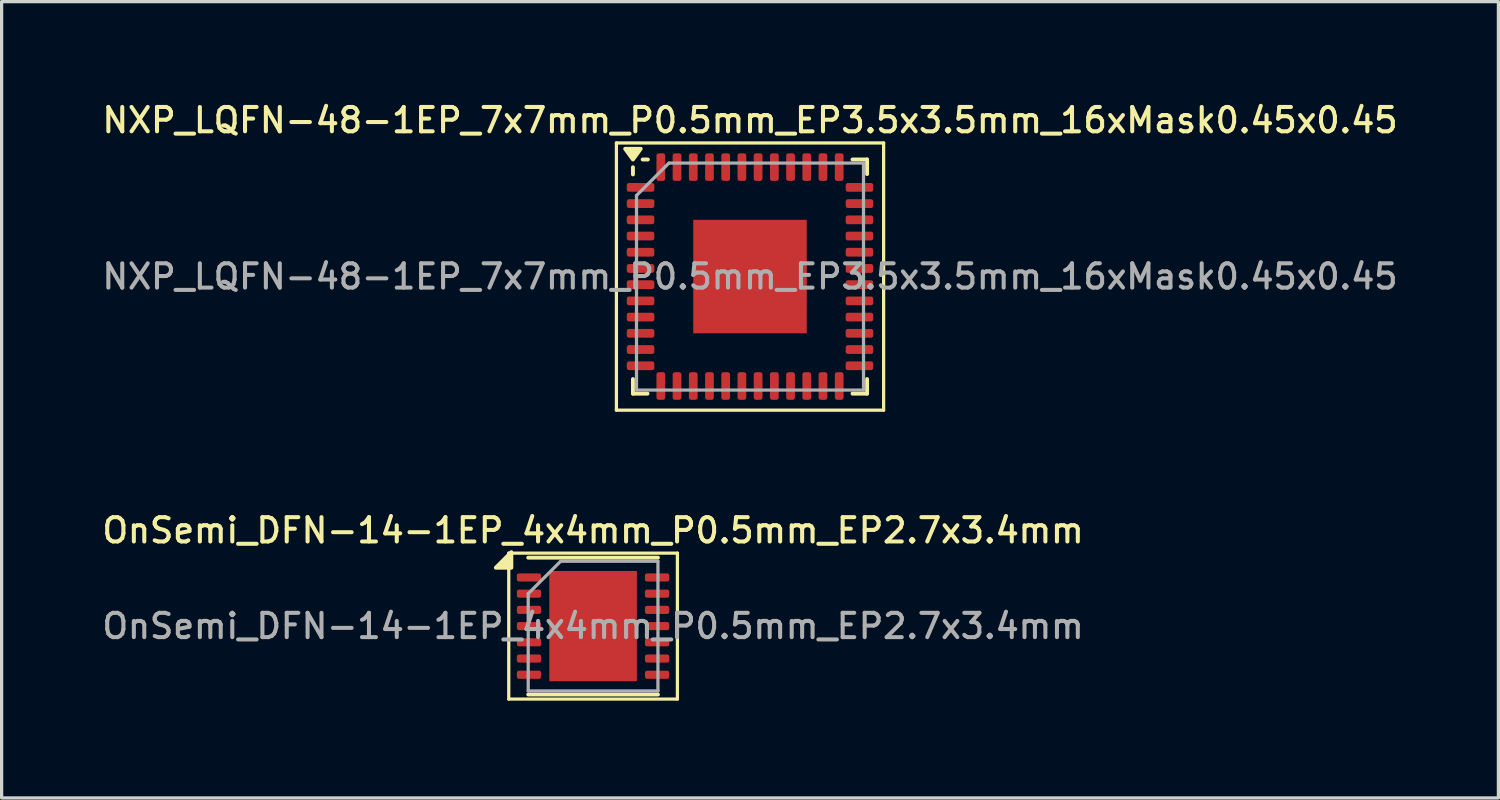
<source format=kicad_pcb>
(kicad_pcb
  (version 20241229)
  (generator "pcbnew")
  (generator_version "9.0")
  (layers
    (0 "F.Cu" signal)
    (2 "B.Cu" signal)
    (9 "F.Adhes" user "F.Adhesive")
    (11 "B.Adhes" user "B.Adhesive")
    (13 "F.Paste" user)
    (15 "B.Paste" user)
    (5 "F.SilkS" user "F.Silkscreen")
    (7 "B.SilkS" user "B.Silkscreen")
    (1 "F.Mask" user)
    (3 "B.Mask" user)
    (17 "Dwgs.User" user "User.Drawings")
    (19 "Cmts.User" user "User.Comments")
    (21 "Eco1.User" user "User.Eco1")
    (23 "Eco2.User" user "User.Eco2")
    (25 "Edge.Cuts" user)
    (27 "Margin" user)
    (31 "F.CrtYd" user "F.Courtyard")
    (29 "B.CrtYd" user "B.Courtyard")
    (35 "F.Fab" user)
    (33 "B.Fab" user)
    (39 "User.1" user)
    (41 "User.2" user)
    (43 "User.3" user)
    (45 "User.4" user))
  (footprint "OnSemi_DFN-14-1EP_4x4mm_P0.5mm_EP2.7x3.4mm"
    (layer "F.Cu")
    (at 15.238 16.256)
    (property "Reference" "OnSemi_DFN-14-1EP_4x4mm_P0.5mm_EP2.7x3.4mm" (at 0 -2.95 0) (layer "F.SilkS") (effects (font (size 0.75 0.75) (thickness 0.125))))
    (attr smd)
    (fp_line (start -2.6 -2.25) (end -2.6 2.25) (stroke (width 0.1) (type solid)) (layer "F.SilkS"))
    (fp_line (start -2.6 2.25) (end 2.6 2.25) (stroke (width 0.1) (type solid)) (layer "F.SilkS"))
    (fp_line (start -2 -2.11) (end 2 -2.11) (stroke (width 0.12) (type solid)) (layer "F.SilkS"))
    (fp_line (start -2 2.11) (end 2 2.11) (stroke (width 0.12) (type solid)) (layer "F.SilkS"))
    (fp_line (start 2.6 -2.25) (end -2.6 -2.25) (stroke (width 0.1) (type solid)) (layer "F.SilkS"))
    (fp_line (start 2.6 2.25) (end 2.6 -2.25) (stroke (width 0.1) (type solid)) (layer "F.SilkS"))
    (fp_poly (pts (xy -2.52 -1.8) (xy -3 -1.8) (xy -2.52 -2.28) (xy -2.52 -1.8)) (stroke (width 0.12) (type solid)) (fill yes) (layer "F.SilkS"))
    (fp_line (start -2 -1) (end -1 -2) (stroke (width 0.1) (type solid)) (layer "F.Fab"))
    (fp_line (start -2 2) (end -2 -1) (stroke (width 0.1) (type solid)) (layer "F.Fab"))
    (fp_line (start -1 -2) (end 2 -2) (stroke (width 0.1) (type solid)) (layer "F.Fab"))
    (fp_line (start 2 -2) (end 2 2) (stroke (width 0.1) (type solid)) (layer "F.Fab"))
    (fp_line (start 2 2) (end -2 2) (stroke (width 0.1) (type solid)) (layer "F.Fab"))
    (fp_text user "${REFERENCE}" (at 0 0 0) (layer "F.Fab") (effects (font (size 0.75 0.75) (thickness 0.125))))
    (pad "" smd roundrect (at -0.9 -1.13) (size 0.73 0.91) (layers "F.Paste") (roundrect_rratio 0.25))
    (pad "" smd roundrect (at -0.9 0) (size 0.73 0.91) (layers "F.Paste") (roundrect_rratio 0.25))
    (pad "" smd roundrect (at -0.9 1.13) (size 0.73 0.91) (layers "F.Paste") (roundrect_rratio 0.25))
    (pad "" smd roundrect (at 0 -1.13) (size 0.73 0.91) (layers "F.Paste") (roundrect_rratio 0.25))
    (pad "" smd roundrect (at 0 0) (size 0.73 0.91) (layers "F.Paste") (roundrect_rratio 0.25))
    (pad "" smd roundrect (at 0 1.13) (size 0.73 0.91) (layers "F.Paste") (roundrect_rratio 0.25))
    (pad "" smd roundrect (at 0.9 -1.13) (size 0.73 0.91) (layers "F.Paste") (roundrect_rratio 0.25))
    (pad "" smd roundrect (at 0.9 0) (size 0.73 0.91) (layers "F.Paste") (roundrect_rratio 0.25))
    (pad "" smd roundrect (at 0.9 1.13) (size 0.73 0.91) (layers "F.Paste") (roundrect_rratio 0.25))
    (pad "1" smd roundrect (at -1.975 -1.5) (size 0.75 0.25) (layers "F.Cu" "F.Mask" "F.Paste") (roundrect_rratio 0.25))
    (pad "2" smd roundrect (at -1.975 -1) (size 0.75 0.25) (layers "F.Cu" "F.Mask" "F.Paste") (roundrect_rratio 0.25))
    (pad "3" smd roundrect (at -1.975 -0.5) (size 0.75 0.25) (layers "F.Cu" "F.Mask" "F.Paste") (roundrect_rratio 0.25))
    (pad "4" smd roundrect (at -1.975 0) (size 0.75 0.25) (layers "F.Cu" "F.Mask" "F.Paste") (roundrect_rratio 0.25))
    (pad "5" smd roundrect (at -1.975 0.5) (size 0.75 0.25) (layers "F.Cu" "F.Mask" "F.Paste") (roundrect_rratio 0.25))
    (pad "6" smd roundrect (at -1.975 1) (size 0.75 0.25) (layers "F.Cu" "F.Mask" "F.Paste") (roundrect_rratio 0.25))
    (pad "7" smd roundrect (at -1.975 1.5) (size 0.75 0.25) (layers "F.Cu" "F.Mask" "F.Paste") (roundrect_rratio 0.25))
    (pad "8" smd roundrect (at 1.975 1.5) (size 0.75 0.25) (layers "F.Cu" "F.Mask" "F.Paste") (roundrect_rratio 0.25))
    (pad "9" smd roundrect (at 1.975 1) (size 0.75 0.25) (layers "F.Cu" "F.Mask" "F.Paste") (roundrect_rratio 0.25))
    (pad "10" smd roundrect (at 1.975 0.5) (size 0.75 0.25) (layers "F.Cu" "F.Mask" "F.Paste") (roundrect_rratio 0.25))
    (pad "11" smd roundrect (at 1.975 0) (size 0.75 0.25) (layers "F.Cu" "F.Mask" "F.Paste") (roundrect_rratio 0.25))
    (pad "12" smd roundrect (at 1.975 -0.5) (size 0.75 0.25) (layers "F.Cu" "F.Mask" "F.Paste") (roundrect_rratio 0.25))
    (pad "13" smd roundrect (at 1.975 -1) (size 0.75 0.25) (layers "F.Cu" "F.Mask" "F.Paste") (roundrect_rratio 0.25))
    (pad "14" smd roundrect (at 1.975 -1.5) (size 0.75 0.25) (layers "F.Cu" "F.Mask" "F.Paste") (roundrect_rratio 0.25))
    (pad "15" smd rect (at 0 0) (size 2.7 3.4) (property pad_prop_heatsink) (layers "F.Cu" "F.Mask")))
  (footprint "NXP_LQFN-48-1EP_7x7mm_P0.5mm_EP3.5x3.5mm_16xMask0.45x0.45"
    (layer "F.Cu")
    (at 20.077 5.478)
    (property "Reference" "NXP_LQFN-48-1EP_7x7mm_P0.5mm_EP3.5x3.5mm_16xMask0.45x0.45" (at 0 -4.82 0) (layer "F.SilkS") (effects (font (size 0.75 0.75) (thickness 0.125))))
    (attr smd)
    (fp_line (start -4.12 -4.12) (end -4.12 4.12) (stroke (width 0.1) (type solid)) (layer "F.SilkS"))
    (fp_line (start -4.12 4.12) (end 4.12 4.12) (stroke (width 0.1) (type solid)) (layer "F.SilkS"))
    (fp_line (start -3.61 -3.37) (end -3.61 -3.15) (stroke (width 0.12) (type solid)) (layer "F.SilkS"))
    (fp_line (start -3.61 3.61) (end -3.61 3.16) (stroke (width 0.12) (type solid)) (layer "F.SilkS"))
    (fp_line (start -3.16 3.61) (end -3.61 3.61) (stroke (width 0.12) (type solid)) (layer "F.SilkS"))
    (fp_line (start -3.15 -3.61) (end -3.31 -3.61) (stroke (width 0.12) (type solid)) (layer "F.SilkS"))
    (fp_line (start 3.16 -3.61) (end 3.61 -3.61) (stroke (width 0.12) (type solid)) (layer "F.SilkS"))
    (fp_line (start 3.16 3.61) (end 3.61 3.61) (stroke (width 0.12) (type solid)) (layer "F.SilkS"))
    (fp_line (start 3.61 -3.61) (end 3.61 -3.16) (stroke (width 0.12) (type solid)) (layer "F.SilkS"))
    (fp_line (start 3.61 3.61) (end 3.61 3.16) (stroke (width 0.12) (type solid)) (layer "F.SilkS"))
    (fp_line (start 4.12 -4.12) (end -4.12 -4.12) (stroke (width 0.1) (type solid)) (layer "F.SilkS"))
    (fp_line (start 4.12 4.12) (end 4.12 -4.12) (stroke (width 0.1) (type solid)) (layer "F.SilkS"))
    (fp_poly (pts (xy -3.61 -3.61) (xy -3.85 -3.94) (xy -3.37 -3.94) (xy -3.61 -3.61)) (stroke (width 0.12) (type solid)) (fill yes) (layer "F.SilkS"))
    (fp_line (start -3.5 -2.5) (end -2.5 -3.5) (stroke (width 0.1) (type solid)) (layer "F.Fab"))
    (fp_line (start -3.5 3.5) (end -3.5 -2.5) (stroke (width 0.1) (type solid)) (layer "F.Fab"))
    (fp_line (start -2.5 -3.5) (end 3.5 -3.5) (stroke (width 0.1) (type solid)) (layer "F.Fab"))
    (fp_line (start 3.5 -3.5) (end 3.5 3.5) (stroke (width 0.1) (type solid)) (layer "F.Fab"))
    (fp_line (start 3.5 3.5) (end -3.5 3.5) (stroke (width 0.1) (type solid)) (layer "F.Fab"))
    (fp_text user "${REFERENCE}" (at 0 0 0) (layer "F.Fab") (effects (font (size 0.75 0.75) (thickness 0.125))))
    (pad "" smd rect (at -1.5 -1.5) (size 0.45 0.45) (layers "F.Mask" "F.Paste"))
    (pad "" smd rect (at -1.5 -0.5) (size 0.45 0.45) (layers "F.Mask" "F.Paste"))
    (pad "" smd rect (at -1.5 0.5) (size 0.45 0.45) (layers "F.Mask" "F.Paste"))
    (pad "" smd rect (at -1.5 1.5) (size 0.45 0.45) (layers "F.Mask" "F.Paste"))
    (pad "" smd rect (at -0.5 -1.5) (size 0.45 0.45) (layers "F.Mask" "F.Paste"))
    (pad "" smd rect (at -0.5 -0.5) (size 0.45 0.45) (layers "F.Mask" "F.Paste"))
    (pad "" smd rect (at -0.5 0.5) (size 0.45 0.45) (layers "F.Mask" "F.Paste"))
    (pad "" smd rect (at -0.5 1.5) (size 0.45 0.45) (layers "F.Mask" "F.Paste"))
    (pad "" smd rect (at 0.5 -1.5) (size 0.45 0.45) (layers "F.Mask" "F.Paste"))
    (pad "" smd rect (at 0.5 -0.5) (size 0.45 0.45) (layers "F.Mask" "F.Paste"))
    (pad "" smd rect (at 0.5 0.5) (size 0.45 0.45) (layers "F.Mask" "F.Paste"))
    (pad "" smd rect (at 0.5 1.5) (size 0.45 0.45) (layers "F.Mask" "F.Paste"))
    (pad "" smd rect (at 1.5 -1.5) (size 0.45 0.45) (layers "F.Mask" "F.Paste"))
    (pad "" smd rect (at 1.5 -0.5) (size 0.45 0.45) (layers "F.Mask" "F.Paste"))
    (pad "" smd rect (at 1.5 0.5) (size 0.45 0.45) (layers "F.Mask" "F.Paste"))
    (pad "" smd rect (at 1.5 1.5) (size 0.45 0.45) (layers "F.Mask" "F.Paste"))
    (pad "1" smd roundrect (at -3.375 -2.75) (size 0.85 0.27) (layers "F.Cu" "F.Mask" "F.Paste") (roundrect_rratio 0.25))
    (pad "2" smd roundrect (at -3.375 -2.25) (size 0.85 0.27) (layers "F.Cu" "F.Mask" "F.Paste") (roundrect_rratio 0.25))
    (pad "3" smd roundrect (at -3.375 -1.75) (size 0.85 0.27) (layers "F.Cu" "F.Mask" "F.Paste") (roundrect_rratio 0.25))
    (pad "4" smd roundrect (at -3.375 -1.25) (size 0.85 0.27) (layers "F.Cu" "F.Mask" "F.Paste") (roundrect_rratio 0.25))
    (pad "5" smd roundrect (at -3.375 -0.75) (size 0.85 0.27) (layers "F.Cu" "F.Mask" "F.Paste") (roundrect_rratio 0.25))
    (pad "6" smd roundrect (at -3.375 -0.25) (size 0.85 0.27) (layers "F.Cu" "F.Mask" "F.Paste") (roundrect_rratio 0.25))
    (pad "7" smd roundrect (at -3.375 0.25) (size 0.85 0.27) (layers "F.Cu" "F.Mask" "F.Paste") (roundrect_rratio 0.25))
    (pad "8" smd roundrect (at -3.375 0.75) (size 0.85 0.27) (layers "F.Cu" "F.Mask" "F.Paste") (roundrect_rratio 0.25))
    (pad "9" smd roundrect (at -3.375 1.25) (size 0.85 0.27) (layers "F.Cu" "F.Mask" "F.Paste") (roundrect_rratio 0.25))
    (pad "10" smd roundrect (at -3.375 1.75) (size 0.85 0.27) (layers "F.Cu" "F.Mask" "F.Paste") (roundrect_rratio 0.25))
    (pad "11" smd roundrect (at -3.375 2.25) (size 0.85 0.27) (layers "F.Cu" "F.Mask" "F.Paste") (roundrect_rratio 0.25))
    (pad "12" smd roundrect (at -3.375 2.75) (size 0.85 0.27) (layers "F.Cu" "F.Mask" "F.Paste") (roundrect_rratio 0.25))
    (pad "13" smd roundrect (at -2.75 3.375) (size 0.27 0.85) (layers "F.Cu" "F.Mask" "F.Paste") (roundrect_rratio 0.25))
    (pad "14" smd roundrect (at -2.25 3.375) (size 0.27 0.85) (layers "F.Cu" "F.Mask" "F.Paste") (roundrect_rratio 0.25))
    (pad "15" smd roundrect (at -1.75 3.375) (size 0.27 0.85) (layers "F.Cu" "F.Mask" "F.Paste") (roundrect_rratio 0.25))
    (pad "16" smd roundrect (at -1.25 3.375) (size 0.27 0.85) (layers "F.Cu" "F.Mask" "F.Paste") (roundrect_rratio 0.25))
    (pad "17" smd roundrect (at -0.75 3.375) (size 0.27 0.85) (layers "F.Cu" "F.Mask" "F.Paste") (roundrect_rratio 0.25))
    (pad "18" smd roundrect (at -0.25 3.375) (size 0.27 0.85) (layers "F.Cu" "F.Mask" "F.Paste") (roundrect_rratio 0.25))
    (pad "19" smd roundrect (at 0.25 3.375) (size 0.27 0.85) (layers "F.Cu" "F.Mask" "F.Paste") (roundrect_rratio 0.25))
    (pad "20" smd roundrect (at 0.75 3.375) (size 0.27 0.85) (layers "F.Cu" "F.Mask" "F.Paste") (roundrect_rratio 0.25))
    (pad "21" smd roundrect (at 1.25 3.375) (size 0.27 0.85) (layers "F.Cu" "F.Mask" "F.Paste") (roundrect_rratio 0.25))
    (pad "22" smd roundrect (at 1.75 3.375) (size 0.27 0.85) (layers "F.Cu" "F.Mask" "F.Paste") (roundrect_rratio 0.25))
    (pad "23" smd roundrect (at 2.25 3.375) (size 0.27 0.85) (layers "F.Cu" "F.Mask" "F.Paste") (roundrect_rratio 0.25))
    (pad "24" smd roundrect (at 2.75 3.375) (size 0.27 0.85) (layers "F.Cu" "F.Mask" "F.Paste") (roundrect_rratio 0.25))
    (pad "25" smd roundrect (at 3.375 2.75) (size 0.85 0.27) (layers "F.Cu" "F.Mask" "F.Paste") (roundrect_rratio 0.25))
    (pad "26" smd roundrect (at 3.375 2.25) (size 0.85 0.27) (layers "F.Cu" "F.Mask" "F.Paste") (roundrect_rratio 0.25))
    (pad "27" smd roundrect (at 3.375 1.75) (size 0.85 0.27) (layers "F.Cu" "F.Mask" "F.Paste") (roundrect_rratio 0.25))
    (pad "28" smd roundrect (at 3.375 1.25) (size 0.85 0.27) (layers "F.Cu" "F.Mask" "F.Paste") (roundrect_rratio 0.25))
    (pad "29" smd roundrect (at 3.375 0.75) (size 0.85 0.27) (layers "F.Cu" "F.Mask" "F.Paste") (roundrect_rratio 0.25))
    (pad "30" smd roundrect (at 3.375 0.25) (size 0.85 0.27) (layers "F.Cu" "F.Mask" "F.Paste") (roundrect_rratio 0.25))
    (pad "31" smd roundrect (at 3.375 -0.25) (size 0.85 0.27) (layers "F.Cu" "F.Mask" "F.Paste") (roundrect_rratio 0.25))
    (pad "32" smd roundrect (at 3.375 -0.75) (size 0.85 0.27) (layers "F.Cu" "F.Mask" "F.Paste") (roundrect_rratio 0.25))
    (pad "33" smd roundrect (at 3.375 -1.25) (size 0.85 0.27) (layers "F.Cu" "F.Mask" "F.Paste") (roundrect_rratio 0.25))
    (pad "34" smd roundrect (at 3.375 -1.75) (size 0.85 0.27) (layers "F.Cu" "F.Mask" "F.Paste") (roundrect_rratio 0.25))
    (pad "35" smd roundrect (at 3.375 -2.25) (size 0.85 0.27) (layers "F.Cu" "F.Mask" "F.Paste") (roundrect_rratio 0.25))
    (pad "36" smd roundrect (at 3.375 -2.75) (size 0.85 0.27) (layers "F.Cu" "F.Mask" "F.Paste") (roundrect_rratio 0.25))
    (pad "37" smd roundrect (at 2.75 -3.375) (size 0.27 0.85) (layers "F.Cu" "F.Mask" "F.Paste") (roundrect_rratio 0.25))
    (pad "38" smd roundrect (at 2.25 -3.375) (size 0.27 0.85) (layers "F.Cu" "F.Mask" "F.Paste") (roundrect_rratio 0.25))
    (pad "39" smd roundrect (at 1.75 -3.375) (size 0.27 0.85) (layers "F.Cu" "F.Mask" "F.Paste") (roundrect_rratio 0.25))
    (pad "40" smd roundrect (at 1.25 -3.375) (size 0.27 0.85) (layers "F.Cu" "F.Mask" "F.Paste") (roundrect_rratio 0.25))
    (pad "41" smd roundrect (at 0.75 -3.375) (size 0.27 0.85) (layers "F.Cu" "F.Mask" "F.Paste") (roundrect_rratio 0.25))
    (pad "42" smd roundrect (at 0.25 -3.375) (size 0.27 0.85) (layers "F.Cu" "F.Mask" "F.Paste") (roundrect_rratio 0.25))
    (pad "43" smd roundrect (at -0.25 -3.375) (size 0.27 0.85) (layers "F.Cu" "F.Mask" "F.Paste") (roundrect_rratio 0.25))
    (pad "44" smd roundrect (at -0.75 -3.375) (size 0.27 0.85) (layers "F.Cu" "F.Mask" "F.Paste") (roundrect_rratio 0.25))
    (pad "45" smd roundrect (at -1.25 -3.375) (size 0.27 0.85) (layers "F.Cu" "F.Mask" "F.Paste") (roundrect_rratio 0.25))
    (pad "46" smd roundrect (at -1.75 -3.375) (size 0.27 0.85) (layers "F.Cu" "F.Mask" "F.Paste") (roundrect_rratio 0.25))
    (pad "47" smd roundrect (at -2.25 -3.375) (size 0.27 0.85) (layers "F.Cu" "F.Mask" "F.Paste") (roundrect_rratio 0.25))
    (pad "48" smd roundrect (at -2.75 -3.375) (size 0.27 0.85) (layers "F.Cu" "F.Mask" "F.Paste") (roundrect_rratio 0.25))
    (pad "49" smd rect (at 0 0) (size 3.5 3.5) (layers "F.Cu")))
  (gr_rect
    (start -3 -3)
    (end 43.154 21.556)
    (stroke (width 0.1) (type default))
    (fill no)
    (layer "Edge.Cuts")))
</source>
